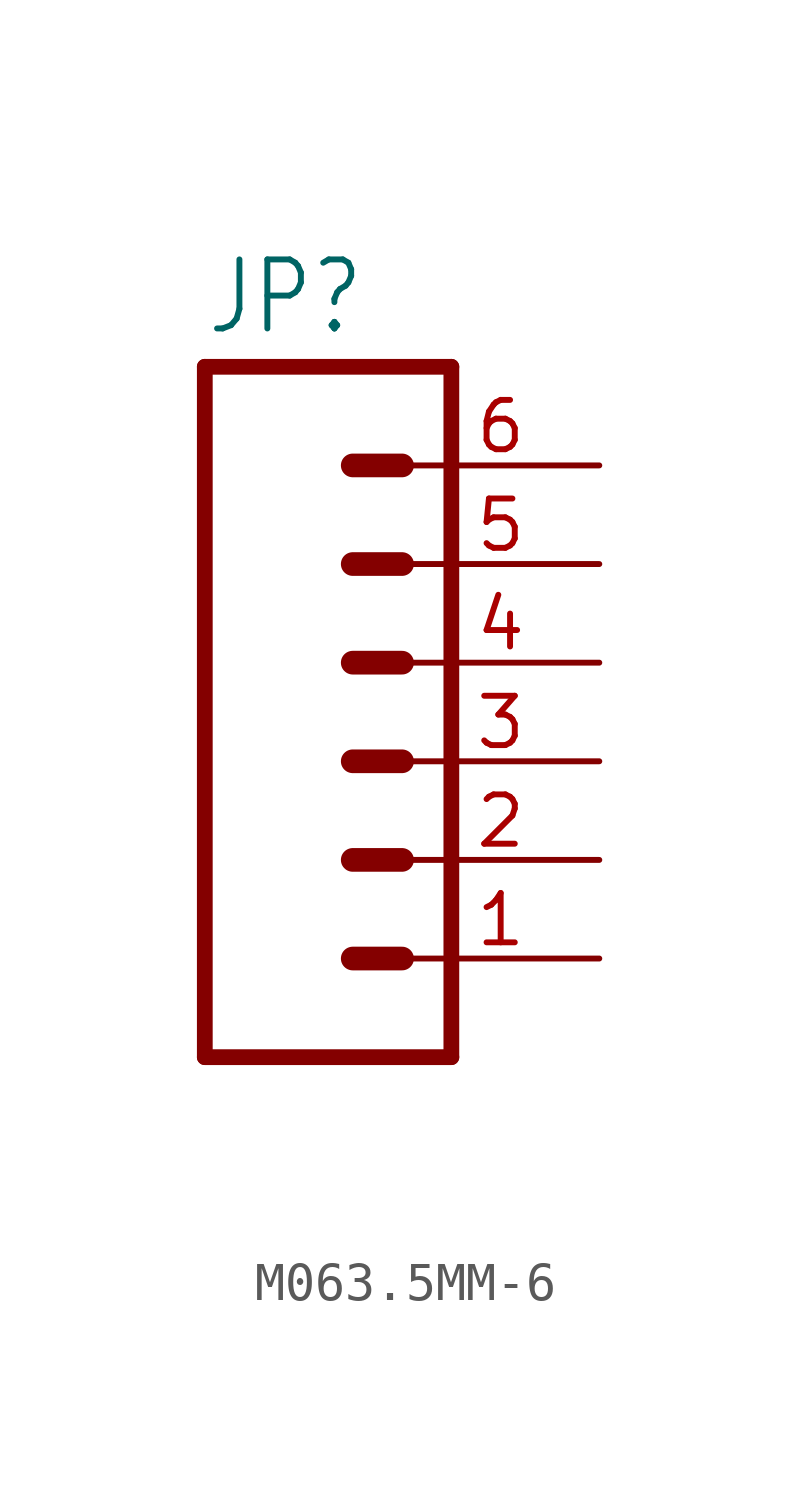
<source format=kicad_sym>
(kicad_symbol_lib
  (version 20231120)
  (generator "kicad_symbol_editor")
  (generator_version "8.0")
  (symbol "M063.5MM-6"
    (property "Reference" "JP"
      (at -5.08 10.922 0)
      (effects (font (size 1.778 1.511)) (justify left bottom)))
    (property "Value" ""
      (at -5.08 -10.16 0)
      (effects (font (size 1.778 1.511)) (justify left bottom)))
    (property "ki_locked" ""
      (at 0 0 0)
      (effects (font (size 1.27 1.27))))
    (symbol "M063.5MM-6_1_0"
      (polyline (pts (xy -5.08 10.16) (xy -5.08 -7.62)) (stroke (width 0.406) (type solid)) (fill (type none)))
      (polyline (pts (xy -5.08 10.16) (xy 1.27 10.16)) (stroke (width 0.406) (type solid)) (fill (type none)))
      (polyline (pts (xy -1.27 -5.08) (xy 0 -5.08)) (stroke (width 0.61) (type solid)) (fill (type none)))
      (polyline (pts (xy -1.27 -2.54) (xy 0 -2.54)) (stroke (width 0.61) (type solid)) (fill (type none)))
      (polyline (pts (xy -1.27 0) (xy 0 0)) (stroke (width 0.61) (type solid)) (fill (type none)))
      (polyline (pts (xy -1.27 2.54) (xy 0 2.54)) (stroke (width 0.61) (type solid)) (fill (type none)))
      (polyline (pts (xy -1.27 5.08) (xy 0 5.08)) (stroke (width 0.61) (type solid)) (fill (type none)))
      (polyline (pts (xy -1.27 7.62) (xy 0 7.62)) (stroke (width 0.61) (type solid)) (fill (type none)))
      (polyline (pts (xy 1.27 -7.62) (xy -5.08 -7.62)) (stroke (width 0.406) (type solid)) (fill (type none)))
      (polyline (pts (xy 1.27 -7.62) (xy 1.27 10.16)) (stroke (width 0.406) (type solid)) (fill (type none)))
      (pin passive line (at 5.08 -5.08 180) (length 5.08) (name "1" (effects (font (size 0 0)))) (number "1" (effects (font (size 1.27 1.27)))))
      (pin passive line (at 5.08 -2.54 180) (length 5.08) (name "2" (effects (font (size 0 0)))) (number "2" (effects (font (size 1.27 1.27)))))
      (pin passive line (at 5.08 0 180) (length 5.08) (name "3" (effects (font (size 0 0)))) (number "3" (effects (font (size 1.27 1.27)))))
      (pin passive line (at 5.08 2.54 180) (length 5.08) (name "4" (effects (font (size 0 0)))) (number "4" (effects (font (size 1.27 1.27)))))
      (pin passive line (at 5.08 5.08 180) (length 5.08) (name "5" (effects (font (size 0 0)))) (number "5" (effects (font (size 1.27 1.27)))))
      (pin passive line (at 5.08 7.62 180) (length 5.08) (name "6" (effects (font (size 0 0)))) (number "6" (effects (font (size 1.27 1.27))))))))
</source>
